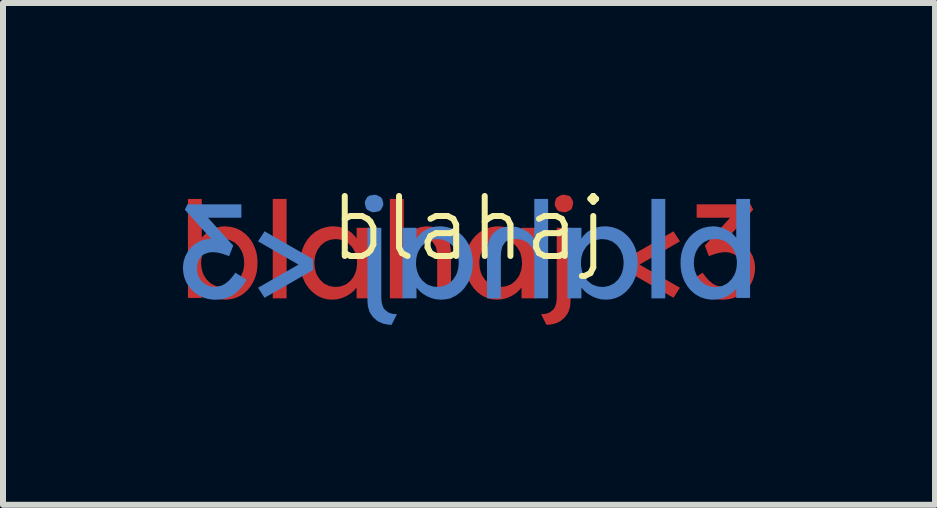
<source format=kicad_pcb>
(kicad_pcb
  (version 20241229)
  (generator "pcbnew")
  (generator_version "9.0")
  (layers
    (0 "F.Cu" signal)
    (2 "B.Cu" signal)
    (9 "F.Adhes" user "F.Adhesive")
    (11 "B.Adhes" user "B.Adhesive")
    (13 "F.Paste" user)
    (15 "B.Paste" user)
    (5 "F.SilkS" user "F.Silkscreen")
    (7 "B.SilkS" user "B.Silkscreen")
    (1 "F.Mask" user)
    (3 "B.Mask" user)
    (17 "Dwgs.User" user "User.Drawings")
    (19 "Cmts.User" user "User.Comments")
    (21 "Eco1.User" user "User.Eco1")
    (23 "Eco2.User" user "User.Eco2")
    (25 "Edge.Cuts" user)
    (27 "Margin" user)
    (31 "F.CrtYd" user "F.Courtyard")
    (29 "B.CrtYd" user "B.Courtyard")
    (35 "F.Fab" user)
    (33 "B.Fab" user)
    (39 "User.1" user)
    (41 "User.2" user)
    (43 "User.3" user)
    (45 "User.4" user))
  (footprint "blahaj"
    (layer "F.Cu")
    (at 4.769 1.26)
    (property "Reference" "blahaj" (at 0 -0.5 0) (unlocked yes) (layer "F.SilkS") (effects (font (size 1 1) (thickness 0.1))))
    (fp_poly (pts (xy -3.041 0.664) (xy -3.272 0.664) (xy -3.272 -0.994) (xy -3.041 -0.994)) (stroke (width 0) (type solid)) (fill yes) (layer "F.Cu"))
    (fp_poly (pts (xy 3.517 -0.286) (xy 2.843 0.101) (xy 3.517 0.487) (xy 3.409 0.655) (xy 2.601 0.192) (xy 2.601 0.01) (xy 3.409 -0.454)) (stroke (width 0) (type solid)) (fill yes) (layer "F.Cu"))
    (fp_poly (pts (xy 1.662 -1.048) (xy 1.697 -1.025) (xy 1.734 -0.954) (xy 1.737 -0.918) (xy 1.718 -0.84) (xy 1.696 -0.812) (xy 1.625 -0.776) (xy 1.583 -0.772) (xy 1.503 -0.787) (xy 1.469 -0.81) (xy 1.432 -0.881) (xy 1.428 -0.918) (xy 1.448 -0.995) (xy 1.47 -1.023) (xy 1.541 -1.059) (xy 1.583 -1.063)) (stroke (width 0) (type solid)) (fill yes) (layer "F.Cu"))
    (fp_poly (pts (xy 1.693 0.718) (xy 1.685 0.8) (xy 1.662 0.88) (xy 1.642 0.919) (xy 1.594 0.984) (xy 1.534 1.036) (xy 1.501 1.056) (xy 1.429 1.086) (xy 1.348 1.102) (xy 1.29 1.105) (xy 1.202 0.928) (xy 1.282 0.921) (xy 1.347 0.898) (xy 1.409 0.846) (xy 1.433 0.809) (xy 1.456 0.733) (xy 1.462 0.662) (xy 1.462 -0.512) (xy 1.693 -0.512)) (stroke (width 0) (type solid)) (fill yes) (layer "F.Cu"))
    (fp_poly (pts (xy -1.088 -0.328) (xy -1.045 -0.383) (xy -1.041 -0.388) (xy -0.98 -0.441) (xy -0.909 -0.484) (xy -0.887 -0.495) (xy -0.813 -0.522) (xy -0.732 -0.535) (xy -0.703 -0.537) (xy -0.623 -0.531) (xy -0.546 -0.514) (xy -0.479 -0.484) (xy -0.414 -0.432) (xy -0.366 -0.368) (xy -0.345 -0.324) (xy -0.319 -0.243) (xy -0.305 -0.159) (xy -0.3 -0.073) (xy -0.3 -0.053) (xy -0.3 0.664) (xy -0.531 0.664) (xy -0.531 -0.037) (xy -0.536 -0.119) (xy -0.554 -0.196) (xy -0.558 -0.204) (xy -0.602 -0.272) (xy -0.641 -0.3) (xy -0.716 -0.324) (xy -0.779 -0.326) (xy -0.859 -0.318) (xy -0.902 -0.305) (xy -0.973 -0.268) (xy -1 -0.245) (xy -1.05 -0.184) (xy -1.065 -0.157) (xy -1.086 -0.081) (xy -1.088 -0.048) (xy -1.088 0.664) (xy -1.202 0.664) (xy -1.261 0.664) (xy -1.319 0.664) (xy -1.319 -0.994) (xy -1.088 -0.994)) (stroke (width 0) (type solid)) (fill yes) (layer "F.Cu"))
    (fp_poly (pts (xy 4.738 -0.814) (xy 4.299 -0.328) (xy 4.374 -0.322) (xy 4.454 -0.302) (xy 4.481 -0.291) (xy 4.552 -0.253) (xy 4.615 -0.204) (xy 4.631 -0.188) (xy 4.682 -0.126) (xy 4.722 -0.055) (xy 4.732 -0.034) (xy 4.757 0.046) (xy 4.768 0.124) (xy 4.769 0.156) (xy 4.763 0.239) (xy 4.746 0.317) (xy 4.717 0.39) (xy 4.696 0.428) (xy 4.646 0.498) (xy 4.586 0.558) (xy 4.516 0.608) (xy 4.5 0.617) (xy 4.429 0.651) (xy 4.353 0.673) (xy 4.272 0.685) (xy 4.225 0.686) (xy 4.145 0.682) (xy 4.061 0.665) (xy 3.984 0.636) (xy 3.937 0.61) (xy 3.869 0.559) (xy 3.811 0.5) (xy 3.762 0.438) (xy 3.714 0.366) (xy 3.707 0.355) (xy 3.895 0.236) (xy 3.944 0.303) (xy 3.996 0.362) (xy 4.006 0.372) (xy 4.069 0.422) (xy 4.119 0.449) (xy 4.195 0.47) (xy 4.243 0.474) (xy 4.323 0.463) (xy 4.388 0.435) (xy 4.452 0.384) (xy 4.496 0.326) (xy 4.526 0.252) (xy 4.536 0.174) (xy 4.536 0.169) (xy 4.528 0.088) (xy 4.505 0.02) (xy 4.457 -0.043) (xy 4.413 -0.074) (xy 4.338 -0.1) (xy 4.269 -0.107) (xy 4.19 -0.099) (xy 4.113 -0.08) (xy 4.101 -0.076) (xy 4.026 -0.05) (xy 3.999 -0.039) (xy 3.931 -0.216) (xy 4.352 -0.68) (xy 3.795 -0.68) (xy 3.795 -0.904) (xy 4.693 -0.904)) (stroke (width 0) (type solid)) (fill yes) (layer "F.Cu"))
    (fp_poly (pts (xy -4.455 -0.344) (xy -4.442 -0.363) (xy -4.386 -0.42) (xy -4.344 -0.45) (xy -4.274 -0.489) (xy -4.216 -0.513) (xy -4.137 -0.532) (xy -4.074 -0.537) (xy -3.988 -0.53) (xy -3.907 -0.512) (xy -3.832 -0.481) (xy -3.792 -0.458) (xy -3.727 -0.409) (xy -3.67 -0.351) (xy -3.621 -0.283) (xy -3.598 -0.242) (xy -3.563 -0.161) (xy -3.541 -0.085) (xy -3.529 -0.003) (xy -3.526 0.073) (xy -3.53 0.159) (xy -3.543 0.24) (xy -3.565 0.317) (xy -3.596 0.388) (xy -3.64 0.462) (xy -3.692 0.526) (xy -3.753 0.581) (xy -3.79 0.607) (xy -3.862 0.645) (xy -3.939 0.671) (xy -4.02 0.684) (xy -4.068 0.686) (xy -4.148 0.679) (xy -4.219 0.662) (xy -4.295 0.631) (xy -4.356 0.596) (xy -4.419 0.546) (xy -4.455 0.507) (xy -4.455 0.657) (xy -4.686 0.657) (xy -4.686 0.073) (xy -4.467 0.073) (xy -4.46 0.156) (xy -4.44 0.233) (xy -4.42 0.28) (xy -4.376 0.347) (xy -4.316 0.406) (xy -4.292 0.423) (xy -4.217 0.459) (xy -4.138 0.475) (xy -4.106 0.476) (xy -4.026 0.467) (xy -3.948 0.438) (xy -3.922 0.423) (xy -3.858 0.37) (xy -3.81 0.307) (xy -3.795 0.28) (xy -3.764 0.202) (xy -3.75 0.122) (xy -3.748 0.073) (xy -3.754 -0.01) (xy -3.774 -0.086) (xy -3.794 -0.132) (xy -3.837 -0.2) (xy -3.896 -0.258) (xy -3.92 -0.275) (xy -3.995 -0.31) (xy -4.074 -0.325) (xy -4.106 -0.326) (xy -4.187 -0.318) (xy -4.266 -0.29) (xy -4.292 -0.275) (xy -4.356 -0.222) (xy -4.404 -0.16) (xy -4.42 -0.132) (xy -4.45 -0.055) (xy -4.464 0.024) (xy -4.467 0.073) (xy -4.686 0.073) (xy -4.686 -0.994) (xy -4.455 -0.994)) (stroke (width 0) (type solid)) (fill yes) (layer "F.Cu"))
    (fp_poly (pts (xy -2.182 -0.531) (xy -2.101 -0.511) (xy -2.096 -0.51) (xy -2.025 -0.477) (xy -1.963 -0.435) (xy -1.905 -0.376) (xy -1.874 -0.331) (xy -1.874 -0.512) (xy -1.641 -0.512) (xy -1.641 0.664) (xy -1.874 0.664) (xy -1.874 0.484) (xy -1.875 0.486) (xy -1.929 0.546) (xy -1.981 0.588) (xy -2.048 0.628) (xy -2.122 0.66) (xy -2.201 0.68) (xy -2.284 0.686) (xy -2.364 0.68) (xy -2.44 0.661) (xy -2.512 0.629) (xy -2.55 0.606) (xy -2.613 0.556) (xy -2.669 0.497) (xy -2.718 0.428) (xy -2.741 0.387) (xy -2.773 0.315) (xy -2.795 0.239) (xy -2.808 0.158) (xy -2.813 0.073) (xy -2.578 0.073) (xy -2.571 0.156) (xy -2.552 0.233) (xy -2.532 0.28) (xy -2.489 0.347) (xy -2.43 0.405) (xy -2.406 0.422) (xy -2.332 0.457) (xy -2.256 0.472) (xy -2.224 0.474) (xy -2.142 0.465) (xy -2.064 0.437) (xy -2.038 0.422) (xy -1.974 0.369) (xy -1.927 0.307) (xy -1.912 0.28) (xy -1.882 0.202) (xy -1.868 0.122) (xy -1.866 0.073) (xy -1.872 -0.01) (xy -1.894 -0.091) (xy -1.912 -0.131) (xy -1.955 -0.198) (xy -2.014 -0.255) (xy -2.038 -0.272) (xy -2.113 -0.308) (xy -2.192 -0.323) (xy -2.224 -0.324) (xy -2.304 -0.315) (xy -2.381 -0.287) (xy -2.406 -0.272) (xy -2.47 -0.22) (xy -2.52 -0.153) (xy -2.532 -0.131) (xy -2.562 -0.054) (xy -2.575 0.024) (xy -2.578 0.073) (xy -2.813 0.073) (xy -2.808 -0.013) (xy -2.795 -0.094) (xy -2.772 -0.171) (xy -2.74 -0.242) (xy -2.695 -0.315) (xy -2.642 -0.378) (xy -2.581 -0.432) (xy -2.543 -0.458) (xy -2.471 -0.496) (xy -2.394 -0.521) (xy -2.312 -0.535) (xy -2.264 -0.537)) (stroke (width 0) (type solid)) (fill yes) (layer "F.Cu"))
    (fp_poly (pts (xy 0.568 -0.531) (xy 0.649 -0.511) (xy 0.653 -0.51) (xy 0.725 -0.477) (xy 0.787 -0.435) (xy 0.844 -0.376) (xy 0.875 -0.331) (xy 0.875 -0.512) (xy 1.108 -0.512) (xy 1.108 0.664) (xy 0.875 0.664) (xy 0.875 0.484) (xy 0.874 0.486) (xy 0.82 0.546) (xy 0.769 0.588) (xy 0.702 0.628) (xy 0.628 0.66) (xy 0.548 0.68) (xy 0.465 0.686) (xy 0.385 0.68) (xy 0.31 0.661) (xy 0.238 0.629) (xy 0.2 0.606) (xy 0.136 0.556) (xy 0.08 0.497) (xy 0.032 0.428) (xy 0.008 0.387) (xy -0.023 0.315) (xy -0.045 0.239) (xy -0.059 0.158) (xy -0.063 0.073) (xy 0.172 0.073) (xy 0.178 0.156) (xy 0.198 0.233) (xy 0.218 0.28) (xy 0.261 0.347) (xy 0.319 0.405) (xy 0.343 0.422) (xy 0.417 0.457) (xy 0.494 0.472) (xy 0.526 0.474) (xy 0.607 0.465) (xy 0.686 0.437) (xy 0.712 0.422) (xy 0.775 0.369) (xy 0.823 0.307) (xy 0.838 0.28) (xy 0.868 0.202) (xy 0.882 0.122) (xy 0.884 0.073) (xy 0.877 -0.01) (xy 0.856 -0.091) (xy 0.838 -0.131) (xy 0.795 -0.198) (xy 0.736 -0.255) (xy 0.712 -0.272) (xy 0.636 -0.308) (xy 0.558 -0.323) (xy 0.526 -0.324) (xy 0.446 -0.315) (xy 0.369 -0.287) (xy 0.343 -0.272) (xy 0.28 -0.22) (xy 0.23 -0.153) (xy 0.218 -0.131) (xy 0.188 -0.054) (xy 0.174 0.024) (xy 0.172 0.073) (xy -0.063 0.073) (xy -0.059 -0.013) (xy -0.045 -0.094) (xy -0.022 -0.171) (xy 0.009 -0.242) (xy 0.054 -0.315) (xy 0.107 -0.378) (xy 0.169 -0.432) (xy 0.206 -0.458) (xy 0.279 -0.496) (xy 0.356 -0.521) (xy 0.438 -0.535) (xy 0.485 -0.537)) (stroke (width 0) (type solid)) (fill yes) (layer "F.Cu"))
    (fp_rect (start 3.041 -0.994) (end 3.272 0.664) (stroke (width 0) (type solid)) (fill yes) (layer "B.Cu"))
    (fp_poly (pts (xy -3.517 -0.286) (xy -2.843 0.101) (xy -3.517 0.487) (xy -3.409 0.655) (xy -2.601 0.192) (xy -2.601 0.01) (xy -3.409 -0.454)) (stroke (width 0) (type solid)) (fill yes) (layer "B.Cu"))
    (fp_poly (pts (xy -1.662 -1.048) (xy -1.697 -1.025) (xy -1.734 -0.954) (xy -1.737 -0.918) (xy -1.718 -0.84) (xy -1.696 -0.812) (xy -1.625 -0.776) (xy -1.583 -0.772) (xy -1.503 -0.787) (xy -1.469 -0.81) (xy -1.432 -0.881) (xy -1.428 -0.918) (xy -1.448 -0.995) (xy -1.47 -1.023) (xy -1.541 -1.059) (xy -1.583 -1.063)) (stroke (width 0) (type solid)) (fill yes) (layer "B.Cu"))
    (fp_poly (pts (xy -1.693 0.718) (xy -1.685 0.8) (xy -1.662 0.88) (xy -1.642 0.919) (xy -1.594 0.984) (xy -1.534 1.036) (xy -1.501 1.056) (xy -1.429 1.086) (xy -1.348 1.102) (xy -1.29 1.105) (xy -1.202 0.928) (xy -1.282 0.921) (xy -1.347 0.898) (xy -1.409 0.846) (xy -1.433 0.809) (xy -1.456 0.733) (xy -1.462 0.662) (xy -1.462 -0.512) (xy -1.693 -0.512)) (stroke (width 0) (type solid)) (fill yes) (layer "B.Cu"))
    (fp_poly (pts (xy 1.088 -0.328) (xy 1.045 -0.383) (xy 1.041 -0.388) (xy 0.98 -0.441) (xy 0.909 -0.484) (xy 0.887 -0.495) (xy 0.813 -0.522) (xy 0.732 -0.535) (xy 0.703 -0.537) (xy 0.623 -0.531) (xy 0.546 -0.514) (xy 0.479 -0.484) (xy 0.414 -0.432) (xy 0.366 -0.368) (xy 0.345 -0.324) (xy 0.319 -0.243) (xy 0.305 -0.159) (xy 0.3 -0.073) (xy 0.3 -0.053) (xy 0.3 0.664) (xy 0.531 0.664) (xy 0.531 -0.037) (xy 0.536 -0.119) (xy 0.554 -0.196) (xy 0.558 -0.204) (xy 0.602 -0.272) (xy 0.641 -0.3) (xy 0.716 -0.324) (xy 0.779 -0.326) (xy 0.859 -0.318) (xy 0.902 -0.305) (xy 0.973 -0.268) (xy 1 -0.245) (xy 1.05 -0.184) (xy 1.065 -0.157) (xy 1.086 -0.081) (xy 1.088 -0.048) (xy 1.088 0.664) (xy 1.202 0.664) (xy 1.261 0.664) (xy 1.319 0.664) (xy 1.319 -0.994) (xy 1.088 -0.994)) (stroke (width 0) (type solid)) (fill yes) (layer "B.Cu"))
    (fp_poly (pts (xy -4.738 -0.814) (xy -4.299 -0.328) (xy -4.374 -0.322) (xy -4.454 -0.302) (xy -4.481 -0.291) (xy -4.552 -0.253) (xy -4.615 -0.204) (xy -4.631 -0.188) (xy -4.682 -0.126) (xy -4.722 -0.055) (xy -4.732 -0.034) (xy -4.757 0.046) (xy -4.768 0.124) (xy -4.769 0.156) (xy -4.763 0.239) (xy -4.746 0.317) (xy -4.717 0.39) (xy -4.696 0.428) (xy -4.646 0.498) (xy -4.586 0.558) (xy -4.516 0.608) (xy -4.5 0.617) (xy -4.429 0.651) (xy -4.353 0.673) (xy -4.272 0.685) (xy -4.225 0.686) (xy -4.145 0.682) (xy -4.061 0.665) (xy -3.984 0.636) (xy -3.937 0.61) (xy -3.869 0.559) (xy -3.811 0.5) (xy -3.762 0.438) (xy -3.714 0.366) (xy -3.707 0.355) (xy -3.895 0.236) (xy -3.944 0.303) (xy -3.996 0.362) (xy -4.006 0.372) (xy -4.069 0.422) (xy -4.119 0.449) (xy -4.195 0.47) (xy -4.243 0.474) (xy -4.323 0.463) (xy -4.388 0.435) (xy -4.452 0.384) (xy -4.496 0.326) (xy -4.526 0.252) (xy -4.536 0.174) (xy -4.536 0.169) (xy -4.528 0.088) (xy -4.505 0.02) (xy -4.457 -0.043) (xy -4.413 -0.074) (xy -4.338 -0.1) (xy -4.269 -0.107) (xy -4.19 -0.099) (xy -4.113 -0.08) (xy -4.101 -0.076) (xy -4.026 -0.05) (xy -3.999 -0.039) (xy -3.931 -0.216) (xy -4.352 -0.68) (xy -3.795 -0.68) (xy -3.795 -0.904) (xy -4.693 -0.904)) (stroke (width 0) (type solid)) (fill yes) (layer "B.Cu"))
    (fp_poly (pts (xy -0.568 -0.531) (xy -0.649 -0.511) (xy -0.653 -0.51) (xy -0.725 -0.477) (xy -0.787 -0.435) (xy -0.844 -0.376) (xy -0.875 -0.331) (xy -0.875 -0.512) (xy -1.108 -0.512) (xy -1.108 0.664) (xy -0.875 0.664) (xy -0.875 0.484) (xy -0.874 0.486) (xy -0.82 0.546) (xy -0.769 0.588) (xy -0.702 0.628) (xy -0.628 0.66) (xy -0.548 0.68) (xy -0.465 0.686) (xy -0.385 0.68) (xy -0.31 0.661) (xy -0.238 0.629) (xy -0.2 0.606) (xy -0.136 0.556) (xy -0.08 0.497) (xy -0.032 0.428) (xy -0.008 0.387) (xy 0.023 0.315) (xy 0.045 0.239) (xy 0.059 0.158) (xy 0.063 0.073) (xy -0.172 0.073) (xy -0.178 0.156) (xy -0.198 0.233) (xy -0.218 0.28) (xy -0.261 0.347) (xy -0.319 0.405) (xy -0.343 0.422) (xy -0.417 0.457) (xy -0.494 0.472) (xy -0.526 0.474) (xy -0.607 0.465) (xy -0.686 0.437) (xy -0.712 0.422) (xy -0.775 0.369) (xy -0.823 0.307) (xy -0.838 0.28) (xy -0.868 0.202) (xy -0.882 0.122) (xy -0.884 0.073) (xy -0.877 -0.01) (xy -0.856 -0.091) (xy -0.838 -0.131) (xy -0.795 -0.198) (xy -0.736 -0.255) (xy -0.712 -0.272) (xy -0.636 -0.308) (xy -0.558 -0.323) (xy -0.526 -0.324) (xy -0.446 -0.315) (xy -0.369 -0.287) (xy -0.343 -0.272) (xy -0.28 -0.22) (xy -0.23 -0.153) (xy -0.218 -0.131) (xy -0.188 -0.054) (xy -0.174 0.024) (xy -0.172 0.073) (xy 0.063 0.073) (xy 0.059 -0.013) (xy 0.045 -0.094) (xy 0.022 -0.171) (xy -0.009 -0.242) (xy -0.054 -0.315) (xy -0.107 -0.378) (xy -0.169 -0.432) (xy -0.206 -0.458) (xy -0.279 -0.496) (xy -0.356 -0.521) (xy -0.438 -0.535) (xy -0.485 -0.537)) (stroke (width 0) (type solid)) (fill yes) (layer "B.Cu"))
    (fp_poly (pts (xy 2.182 -0.531) (xy 2.101 -0.511) (xy 2.096 -0.51) (xy 2.025 -0.477) (xy 1.963 -0.435) (xy 1.905 -0.376) (xy 1.874 -0.331) (xy 1.874 -0.512) (xy 1.641 -0.512) (xy 1.641 0.664) (xy 1.874 0.664) (xy 1.874 0.484) (xy 1.875 0.486) (xy 1.929 0.546) (xy 1.981 0.588) (xy 2.048 0.628) (xy 2.122 0.66) (xy 2.201 0.68) (xy 2.284 0.686) (xy 2.364 0.68) (xy 2.44 0.661) (xy 2.512 0.629) (xy 2.55 0.606) (xy 2.613 0.556) (xy 2.669 0.497) (xy 2.718 0.428) (xy 2.741 0.387) (xy 2.773 0.315) (xy 2.795 0.239) (xy 2.808 0.158) (xy 2.813 0.073) (xy 2.578 0.073) (xy 2.571 0.156) (xy 2.552 0.233) (xy 2.532 0.28) (xy 2.489 0.347) (xy 2.43 0.405) (xy 2.406 0.422) (xy 2.332 0.457) (xy 2.256 0.472) (xy 2.224 0.474) (xy 2.142 0.465) (xy 2.064 0.437) (xy 2.038 0.422) (xy 1.974 0.369) (xy 1.927 0.307) (xy 1.912 0.28) (xy 1.882 0.202) (xy 1.868 0.122) (xy 1.866 0.073) (xy 1.872 -0.01) (xy 1.894 -0.091) (xy 1.912 -0.131) (xy 1.955 -0.198) (xy 2.014 -0.255) (xy 2.038 -0.272) (xy 2.113 -0.308) (xy 2.192 -0.323) (xy 2.224 -0.324) (xy 2.304 -0.315) (xy 2.381 -0.287) (xy 2.406 -0.272) (xy 2.47 -0.22) (xy 2.52 -0.153) (xy 2.532 -0.131) (xy 2.562 -0.054) (xy 2.575 0.024) (xy 2.578 0.073) (xy 2.813 0.073) (xy 2.808 -0.013) (xy 2.795 -0.094) (xy 2.772 -0.171) (xy 2.74 -0.242) (xy 2.695 -0.315) (xy 2.642 -0.378) (xy 2.581 -0.432) (xy 2.543 -0.458) (xy 2.471 -0.496) (xy 2.394 -0.521) (xy 2.312 -0.535) (xy 2.264 -0.537)) (stroke (width 0) (type solid)) (fill yes) (layer "B.Cu"))
    (fp_poly (pts (xy 4.455 -0.344) (xy 4.442 -0.363) (xy 4.386 -0.42) (xy 4.344 -0.45) (xy 4.274 -0.489) (xy 4.216 -0.513) (xy 4.137 -0.532) (xy 4.074 -0.537) (xy 3.988 -0.53) (xy 3.907 -0.512) (xy 3.832 -0.481) (xy 3.792 -0.458) (xy 3.727 -0.409) (xy 3.67 -0.351) (xy 3.621 -0.283) (xy 3.598 -0.242) (xy 3.563 -0.161) (xy 3.541 -0.085) (xy 3.529 -0.003) (xy 3.526 0.073) (xy 3.53 0.159) (xy 3.543 0.24) (xy 3.565 0.317) (xy 3.596 0.388) (xy 3.64 0.462) (xy 3.692 0.526) (xy 3.753 0.581) (xy 3.79 0.607) (xy 3.862 0.645) (xy 3.939 0.671) (xy 4.02 0.684) (xy 4.068 0.686) (xy 4.148 0.679) (xy 4.219 0.662) (xy 4.295 0.631) (xy 4.356 0.596) (xy 4.419 0.546) (xy 4.455 0.507) (xy 4.455 0.657) (xy 4.686 0.657) (xy 4.686 0.073) (xy 4.467 0.073) (xy 4.46 0.156) (xy 4.44 0.233) (xy 4.42 0.28) (xy 4.376 0.347) (xy 4.316 0.406) (xy 4.292 0.423) (xy 4.217 0.459) (xy 4.138 0.475) (xy 4.106 0.476) (xy 4.026 0.467) (xy 3.948 0.438) (xy 3.922 0.423) (xy 3.858 0.37) (xy 3.81 0.307) (xy 3.795 0.28) (xy 3.764 0.202) (xy 3.75 0.122) (xy 3.748 0.073) (xy 3.754 -0.01) (xy 3.774 -0.086) (xy 3.794 -0.132) (xy 3.837 -0.2) (xy 3.896 -0.258) (xy 3.92 -0.275) (xy 3.995 -0.31) (xy 4.074 -0.325) (xy 4.106 -0.326) (xy 4.187 -0.318) (xy 4.266 -0.29) (xy 4.292 -0.275) (xy 4.356 -0.222) (xy 4.404 -0.16) (xy 4.42 -0.132) (xy 4.45 -0.055) (xy 4.464 0.024) (xy 4.467 0.073) (xy 4.686 0.073) (xy 4.686 -0.994) (xy 4.455 -0.994)) (stroke (width 0) (type solid)) (fill yes) (layer "B.Cu")))
  (gr_rect
    (start -3 -3)
    (end 12.538 5.366)
    (stroke (width 0.1) (type default))
    (fill no)
    (layer "Edge.Cuts")))
</source>
